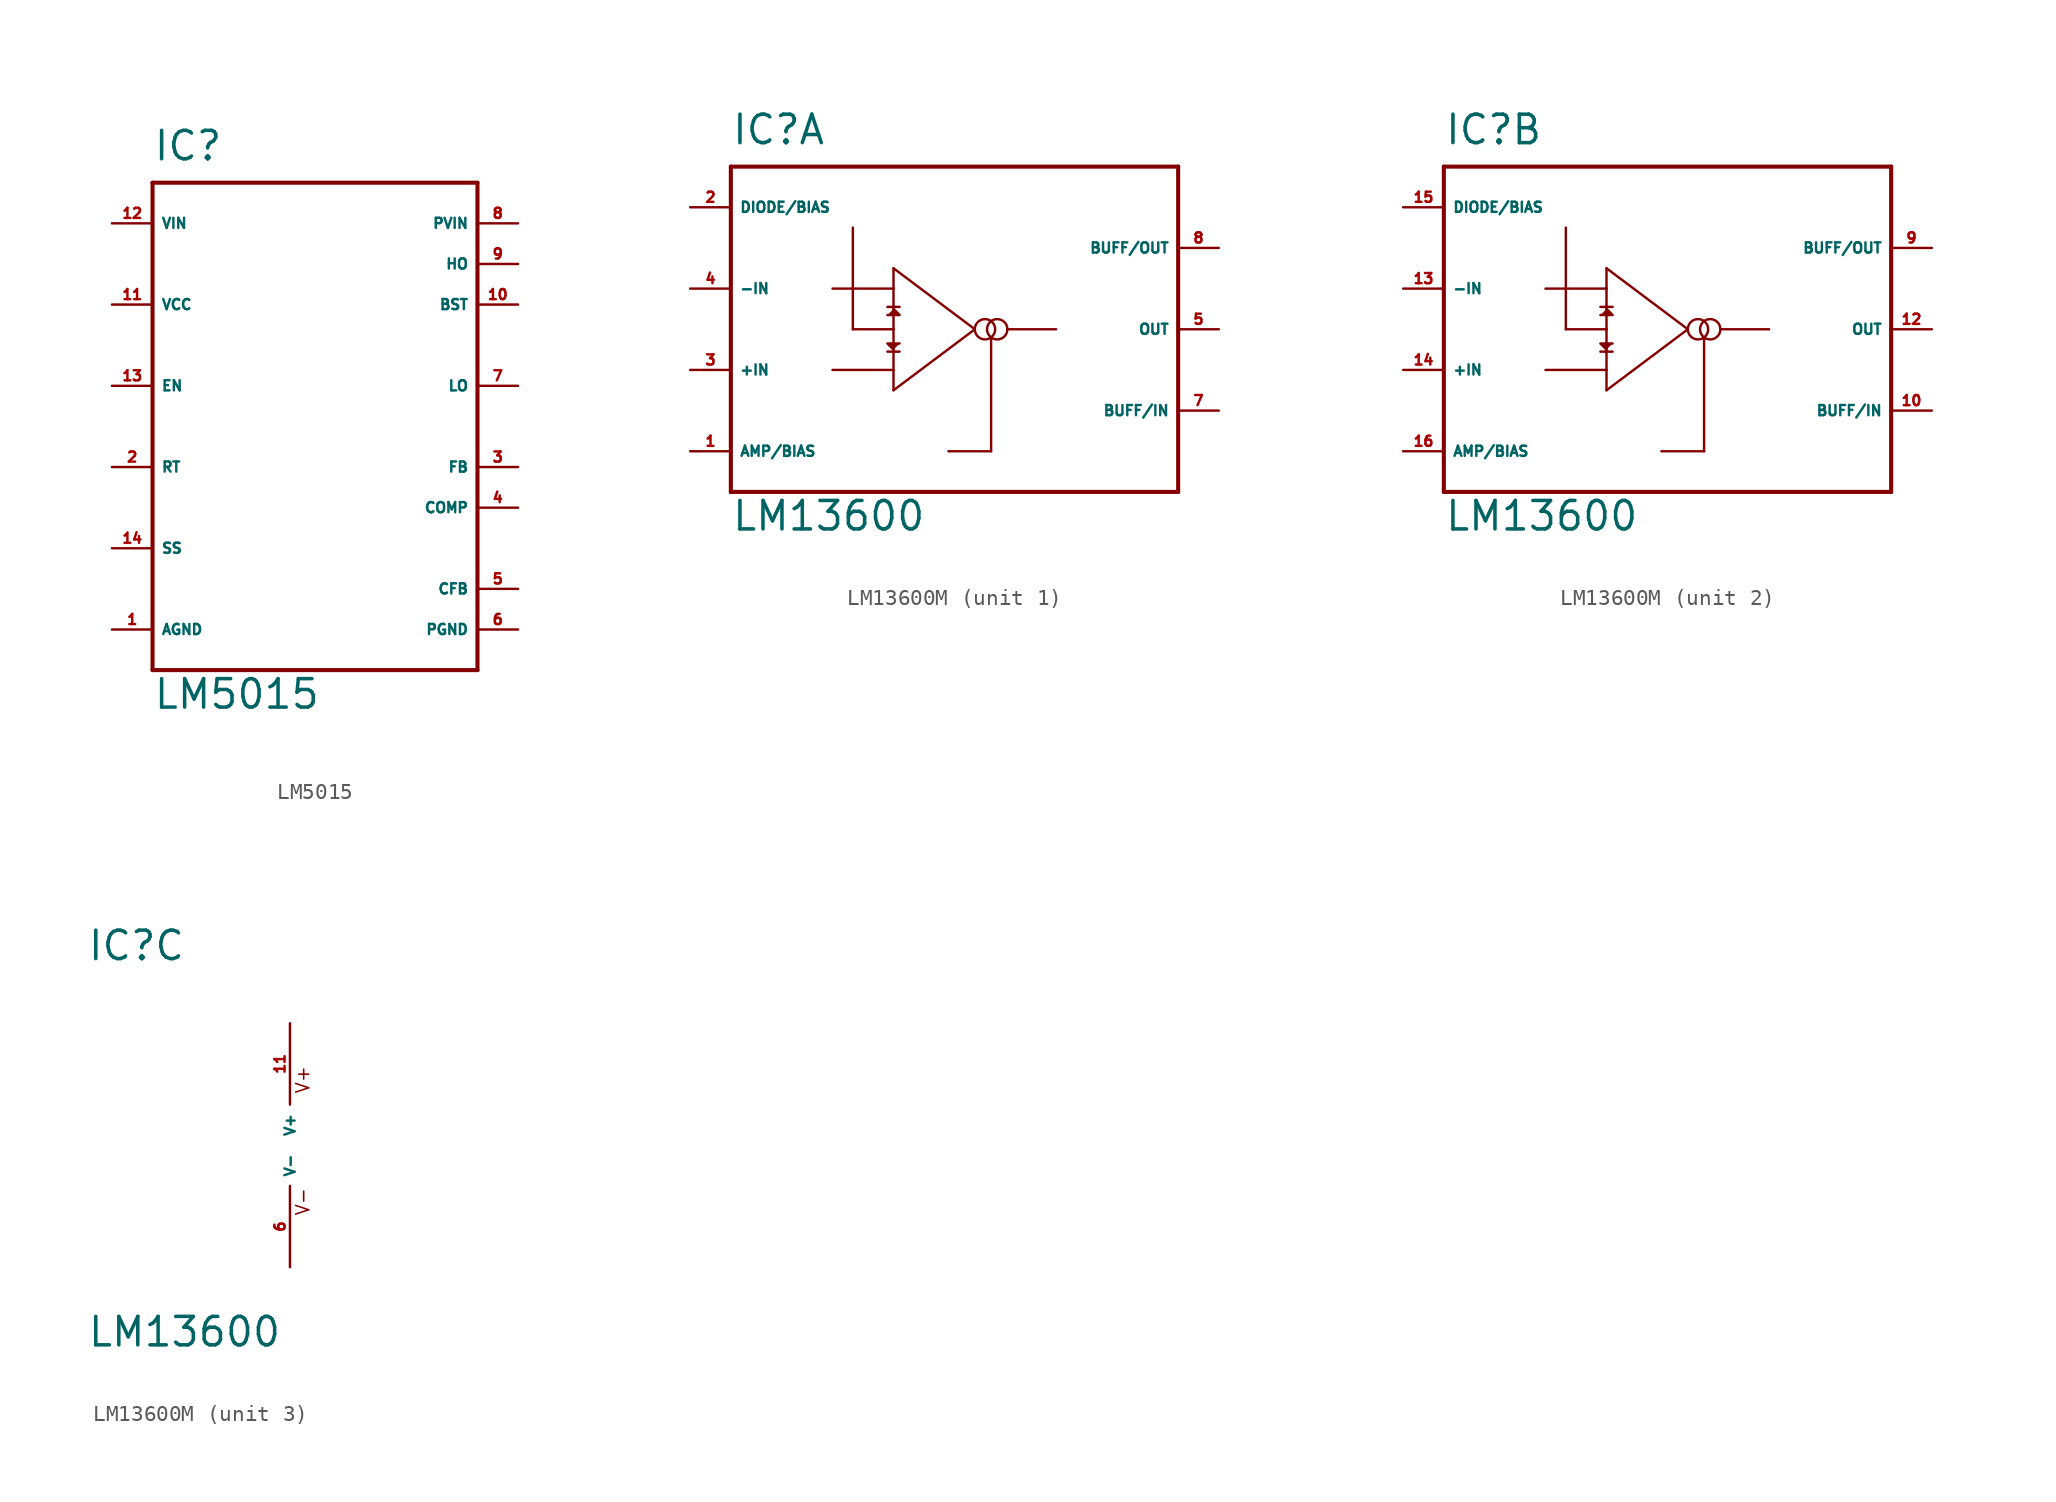
<source format=kicad_sym>
(kicad_symbol_lib
  (version 20220914)
  (generator Eagle2Kicad)
  (symbol "LM5015"
    (property "Reference" "IC"
      (at -10.16 13.97 0)
      (effects (font (size 1.778 1.778) (thickness 0.22)) (justify left bottom)))
    (property "Value" "LM5015"
      (at -10.16 -20.32 0)
      (effects (font (size 1.778 1.778) (thickness 0.22)) (justify left bottom)))
    (polyline
      (pts (xy -10.16 12.7) (xy 10.16 12.7))
      (stroke (width 0.254) (type default))
      (fill (type none)))
    (polyline
      (pts (xy 10.16 12.7) (xy 10.16 -17.78))
      (stroke (width 0.254) (type default))
      (fill (type none)))
    (polyline
      (pts (xy 10.16 -17.78) (xy -10.16 -17.78))
      (stroke (width 0.254) (type default))
      (fill (type none)))
    (polyline
      (pts (xy -10.16 -17.78) (xy -10.16 12.7))
      (stroke (width 0.254) (type default))
      (fill (type none)))
    (pin input line
      (at -12.7 10.16 0)
      (length 2.54)
      (name "VIN" (effects (font (size 0.635 0.635) (thickness 0.08)) (justify left bottom)))
      (number "12" (effects (font (size 0.635 0.635) (thickness 0.08)) (justify left bottom))))
    (pin input line
      (at -12.7 0 0)
      (length 2.54)
      (name "EN" (effects (font (size 0.635 0.635) (thickness 0.08)) (justify left bottom)))
      (number "13" (effects (font (size 0.635 0.635) (thickness 0.08)) (justify left bottom))))
    (pin unspecified line
      (at -12.7 5.08 0)
      (length 2.54)
      (name "VCC" (effects (font (size 0.635 0.635) (thickness 0.08)) (justify left bottom)))
      (number "11" (effects (font (size 0.635 0.635) (thickness 0.08)) (justify left bottom))))
    (pin unspecified line
      (at 12.7 -12.7 180)
      (length 2.54)
      (name "CFB" (effects (font (size 0.635 0.635) (thickness 0.08)) (justify left bottom)))
      (number "5" (effects (font (size 0.635 0.635) (thickness 0.08)) (justify left bottom))))
    (pin unspecified line
      (at 12.7 -15.24 180)
      (length 2.54)
      (name "PGND" (effects (font (size 0.635 0.635) (thickness 0.08)) (justify left bottom)))
      (number "6" (effects (font (size 0.635 0.635) (thickness 0.08)) (justify left bottom))))
    (pin input line
      (at -12.7 -5.08 0)
      (length 2.54)
      (name "RT" (effects (font (size 0.635 0.635) (thickness 0.08)) (justify left bottom)))
      (number "2" (effects (font (size 0.635 0.635) (thickness 0.08)) (justify left bottom))))
    (pin input line
      (at -12.7 -10.16 0)
      (length 2.54)
      (name "SS" (effects (font (size 0.635 0.635) (thickness 0.08)) (justify left bottom)))
      (number "14" (effects (font (size 0.635 0.635) (thickness 0.08)) (justify left bottom))))
    (pin input line
      (at 12.7 10.16 180)
      (length 2.54)
      (name "PVIN" (effects (font (size 0.635 0.635) (thickness 0.08)) (justify left bottom)))
      (number "8" (effects (font (size 0.635 0.635) (thickness 0.08)) (justify left bottom))))
    (pin output line
      (at 12.7 7.62 180)
      (length 2.54)
      (name "HO" (effects (font (size 0.635 0.635) (thickness 0.08)) (justify left bottom)))
      (number "9" (effects (font (size 0.635 0.635) (thickness 0.08)) (justify left bottom))))
    (pin passive line
      (at 12.7 5.08 180)
      (length 2.54)
      (name "BST" (effects (font (size 0.635 0.635) (thickness 0.08)) (justify left bottom)))
      (number "10" (effects (font (size 0.635 0.635) (thickness 0.08)) (justify left bottom))))
    (pin output line
      (at 12.7 0 180)
      (length 2.54)
      (name "LO" (effects (font (size 0.635 0.635) (thickness 0.08)) (justify left bottom)))
      (number "7" (effects (font (size 0.635 0.635) (thickness 0.08)) (justify left bottom))))
    (pin input line
      (at 12.7 -7.62 180)
      (length 2.54)
      (name "COMP" (effects (font (size 0.635 0.635) (thickness 0.08)) (justify left bottom)))
      (number "4" (effects (font (size 0.635 0.635) (thickness 0.08)) (justify left bottom))))
    (pin input line
      (at 12.7 -5.08 180)
      (length 2.54)
      (name "FB" (effects (font (size 0.635 0.635) (thickness 0.08)) (justify left bottom)))
      (number "3" (effects (font (size 0.635 0.635) (thickness 0.08)) (justify left bottom))))
    (pin unspecified line
      (at -12.7 -15.24 0)
      (length 2.54)
      (name "AGND" (effects (font (size 0.635 0.635) (thickness 0.08)) (justify left bottom)))
      (number "1" (effects (font (size 0.635 0.635) (thickness 0.08)) (justify left bottom)))))
  (symbol "LM13600M"
    (property "Reference" "IC"
      (at -12.7 11.43 0)
      (effects (font (size 1.778 1.778) (thickness 0.22)) (justify left bottom)))
    (property "Value" "LM13600"
      (at -12.7 -12.7 0)
      (effects (font (size 1.778 1.778) (thickness 0.22)) (justify left bottom)))
    (symbol "LM13600M_1_0"
      (polyline (pts (xy -2.921 0.889) (xy -2.159 0.889) (xy -2.54 1.27)) (stroke (width 0.152) (type default)) (fill (type outline)))
      (polyline (pts (xy -2.159 -0.889) (xy -2.921 -0.889) (xy -2.54 -1.27)) (stroke (width 0.152) (type default)) (fill (type outline)))
      (polyline (pts (xy -12.7 10.16) (xy 15.24 10.16)) (stroke (width 0.254) (type default)) (fill (type none)))
      (polyline (pts (xy 15.24 10.16) (xy 15.24 -10.16)) (stroke (width 0.254) (type default)) (fill (type none)))
      (polyline (pts (xy 15.24 -10.16) (xy -12.7 -10.16)) (stroke (width 0.254) (type default)) (fill (type none)))
      (polyline (pts (xy -12.7 -10.16) (xy -12.7 10.16)) (stroke (width 0.254) (type default)) (fill (type none)))
      (polyline (pts (xy -2.54 -3.81) (xy -2.54 -2.54)) (stroke (width 0.152) (type default)) (fill (type none)))
      (polyline (pts (xy -2.54 -2.54) (xy -2.54 0)) (stroke (width 0.152) (type default)) (fill (type none)))
      (polyline (pts (xy -2.54 0) (xy -2.54 2.54)) (stroke (width 0.152) (type default)) (fill (type none)))
      (polyline (pts (xy -2.54 2.54) (xy -2.54 3.81)) (stroke (width 0.152) (type default)) (fill (type none)))
      (polyline (pts (xy -2.54 3.81) (xy 2.54 0)) (stroke (width 0.152) (type default)) (fill (type none)))
      (polyline (pts (xy 2.54 0) (xy -2.54 -3.81)) (stroke (width 0.152) (type default)) (fill (type none)))
      (polyline (pts (xy -6.35 2.54) (xy -2.54 2.54)) (stroke (width 0.152) (type default)) (fill (type none)))
      (polyline (pts (xy -6.35 -2.54) (xy -2.54 -2.54)) (stroke (width 0.152) (type default)) (fill (type none)))
      (polyline (pts (xy -2.54 0) (xy -5.08 0)) (stroke (width 0.152) (type default)) (fill (type none)))
      (polyline (pts (xy -5.08 0) (xy -5.08 6.35)) (stroke (width 0.152) (type default)) (fill (type none)))
      (polyline (pts (xy -2.921 1.397) (xy -2.159 1.397)) (stroke (width 0.152) (type default)) (fill (type none)))
      (polyline (pts (xy -2.159 -1.397) (xy -2.921 -1.397)) (stroke (width 0.152) (type default)) (fill (type none)))
      (polyline (pts (xy 4.572 0) (xy 7.62 0)) (stroke (width 0.152) (type default)) (fill (type none)))
      (polyline (pts (xy 3.556 -0.635) (xy 3.556 -7.62)) (stroke (width 0.152) (type default)) (fill (type none)))
      (polyline (pts (xy 3.556 -7.62) (xy 0.889 -7.62)) (stroke (width 0.152) (type default)) (fill (type none)))
      (circle (center 3.175 0) (radius 0.635) (stroke (width 0.152) (type default)) (fill (type none)))
      (circle (center 3.937 0) (radius 0.635) (stroke (width 0.152) (type default)) (fill (type none)))
      (pin input line (at -15.24 -2.54 0) (length 2.54) (name "+IN" (effects (font (size 0.635 0.635) (thickness 0.08)) (justify left bottom))) (number "3" (effects (font (size 0.635 0.635) (thickness 0.08)) (justify left bottom))))
      (pin input line (at -15.24 2.54 0) (length 2.54) (name "-IN" (effects (font (size 0.635 0.635) (thickness 0.08)) (justify left bottom))) (number "4" (effects (font (size 0.635 0.635) (thickness 0.08)) (justify left bottom))))
      (pin passive line (at -15.24 -7.62 0) (length 2.54) (name "AMP/BIAS" (effects (font (size 0.635 0.635) (thickness 0.08)) (justify left bottom))) (number "1" (effects (font (size 0.635 0.635) (thickness 0.08)) (justify left bottom))))
      (pin passive line (at -15.24 7.62 0) (length 2.54) (name "DIODE/BIAS" (effects (font (size 0.635 0.635) (thickness 0.08)) (justify left bottom))) (number "2" (effects (font (size 0.635 0.635) (thickness 0.08)) (justify left bottom))))
      (pin input line (at 17.78 -5.08 180) (length 2.54) (name "BUFF/IN" (effects (font (size 0.635 0.635) (thickness 0.08)) (justify left bottom))) (number "7" (effects (font (size 0.635 0.635) (thickness 0.08)) (justify left bottom))))
      (pin output line (at 17.78 5.08 180) (length 2.54) (name "BUFF/OUT" (effects (font (size 0.635 0.635) (thickness 0.08)) (justify left bottom))) (number "8" (effects (font (size 0.635 0.635) (thickness 0.08)) (justify left bottom))))
      (pin output line (at 17.78 0 180) (length 2.54) (name "OUT" (effects (font (size 0.635 0.635) (thickness 0.08)) (justify left bottom))) (number "5" (effects (font (size 0.635 0.635) (thickness 0.08)) (justify left bottom)))))
    (symbol "LM13600M_2_0"
      (polyline (pts (xy -2.921 0.889) (xy -2.159 0.889) (xy -2.54 1.27)) (stroke (width 0.152) (type default)) (fill (type outline)))
      (polyline (pts (xy -2.159 -0.889) (xy -2.921 -0.889) (xy -2.54 -1.27)) (stroke (width 0.152) (type default)) (fill (type outline)))
      (polyline (pts (xy -12.7 10.16) (xy 15.24 10.16)) (stroke (width 0.254) (type default)) (fill (type none)))
      (polyline (pts (xy 15.24 10.16) (xy 15.24 -10.16)) (stroke (width 0.254) (type default)) (fill (type none)))
      (polyline (pts (xy 15.24 -10.16) (xy -12.7 -10.16)) (stroke (width 0.254) (type default)) (fill (type none)))
      (polyline (pts (xy -12.7 -10.16) (xy -12.7 10.16)) (stroke (width 0.254) (type default)) (fill (type none)))
      (polyline (pts (xy -2.54 -3.81) (xy -2.54 -2.54)) (stroke (width 0.152) (type default)) (fill (type none)))
      (polyline (pts (xy -2.54 -2.54) (xy -2.54 0)) (stroke (width 0.152) (type default)) (fill (type none)))
      (polyline (pts (xy -2.54 0) (xy -2.54 2.54)) (stroke (width 0.152) (type default)) (fill (type none)))
      (polyline (pts (xy -2.54 2.54) (xy -2.54 3.81)) (stroke (width 0.152) (type default)) (fill (type none)))
      (polyline (pts (xy -2.54 3.81) (xy 2.54 0)) (stroke (width 0.152) (type default)) (fill (type none)))
      (polyline (pts (xy 2.54 0) (xy -2.54 -3.81)) (stroke (width 0.152) (type default)) (fill (type none)))
      (polyline (pts (xy -6.35 2.54) (xy -2.54 2.54)) (stroke (width 0.152) (type default)) (fill (type none)))
      (polyline (pts (xy -6.35 -2.54) (xy -2.54 -2.54)) (stroke (width 0.152) (type default)) (fill (type none)))
      (polyline (pts (xy -2.54 0) (xy -5.08 0)) (stroke (width 0.152) (type default)) (fill (type none)))
      (polyline (pts (xy -5.08 0) (xy -5.08 6.35)) (stroke (width 0.152) (type default)) (fill (type none)))
      (polyline (pts (xy -2.921 1.397) (xy -2.159 1.397)) (stroke (width 0.152) (type default)) (fill (type none)))
      (polyline (pts (xy -2.159 -1.397) (xy -2.921 -1.397)) (stroke (width 0.152) (type default)) (fill (type none)))
      (polyline (pts (xy 4.572 0) (xy 7.62 0)) (stroke (width 0.152) (type default)) (fill (type none)))
      (polyline (pts (xy 3.556 -0.635) (xy 3.556 -7.62)) (stroke (width 0.152) (type default)) (fill (type none)))
      (polyline (pts (xy 3.556 -7.62) (xy 0.889 -7.62)) (stroke (width 0.152) (type default)) (fill (type none)))
      (circle (center 3.175 0) (radius 0.635) (stroke (width 0.152) (type default)) (fill (type none)))
      (circle (center 3.937 0) (radius 0.635) (stroke (width 0.152) (type default)) (fill (type none)))
      (pin input line (at -15.24 -2.54 0) (length 2.54) (name "+IN" (effects (font (size 0.635 0.635) (thickness 0.08)) (justify left bottom))) (number "14" (effects (font (size 0.635 0.635) (thickness 0.08)) (justify left bottom))))
      (pin input line (at -15.24 2.54 0) (length 2.54) (name "-IN" (effects (font (size 0.635 0.635) (thickness 0.08)) (justify left bottom))) (number "13" (effects (font (size 0.635 0.635) (thickness 0.08)) (justify left bottom))))
      (pin passive line (at -15.24 -7.62 0) (length 2.54) (name "AMP/BIAS" (effects (font (size 0.635 0.635) (thickness 0.08)) (justify left bottom))) (number "16" (effects (font (size 0.635 0.635) (thickness 0.08)) (justify left bottom))))
      (pin passive line (at -15.24 7.62 0) (length 2.54) (name "DIODE/BIAS" (effects (font (size 0.635 0.635) (thickness 0.08)) (justify left bottom))) (number "15" (effects (font (size 0.635 0.635) (thickness 0.08)) (justify left bottom))))
      (pin input line (at 17.78 -5.08 180) (length 2.54) (name "BUFF/IN" (effects (font (size 0.635 0.635) (thickness 0.08)) (justify left bottom))) (number "10" (effects (font (size 0.635 0.635) (thickness 0.08)) (justify left bottom))))
      (pin output line (at 17.78 5.08 180) (length 2.54) (name "BUFF/OUT" (effects (font (size 0.635 0.635) (thickness 0.08)) (justify left bottom))) (number "9" (effects (font (size 0.635 0.635) (thickness 0.08)) (justify left bottom))))
      (pin output line (at 17.78 0 180) (length 2.54) (name "OUT" (effects (font (size 0.635 0.635) (thickness 0.08)) (justify left bottom))) (number "12" (effects (font (size 0.635 0.635) (thickness 0.08)) (justify left bottom)))))
    (symbol "LM13600M_3_0"
      (text "V+" (at 1.27 3.175 900) (effects (font (size 0.813 0.813) (thickness 0.10)) (justify left bottom)))
      (text "V-" (at 1.27 -4.445 900) (effects (font (size 0.813 0.813) (thickness 0.10)) (justify left bottom)))
      (pin unspecified line (at 0 7.62 270) (length 5.08) (name "V+" (effects (font (size 0.635 0.635) (thickness 0.08)) (justify left bottom))) (number "11" (effects (font (size 0.635 0.635) (thickness 0.08)) (justify left bottom))))
      (pin unspecified line (at 0 -7.62 90) (length 5.08) (name "V-" (effects (font (size 0.635 0.635) (thickness 0.08)) (justify left bottom))) (number "6" (effects (font (size 0.635 0.635) (thickness 0.08)) (justify left bottom)))))))
</source>
